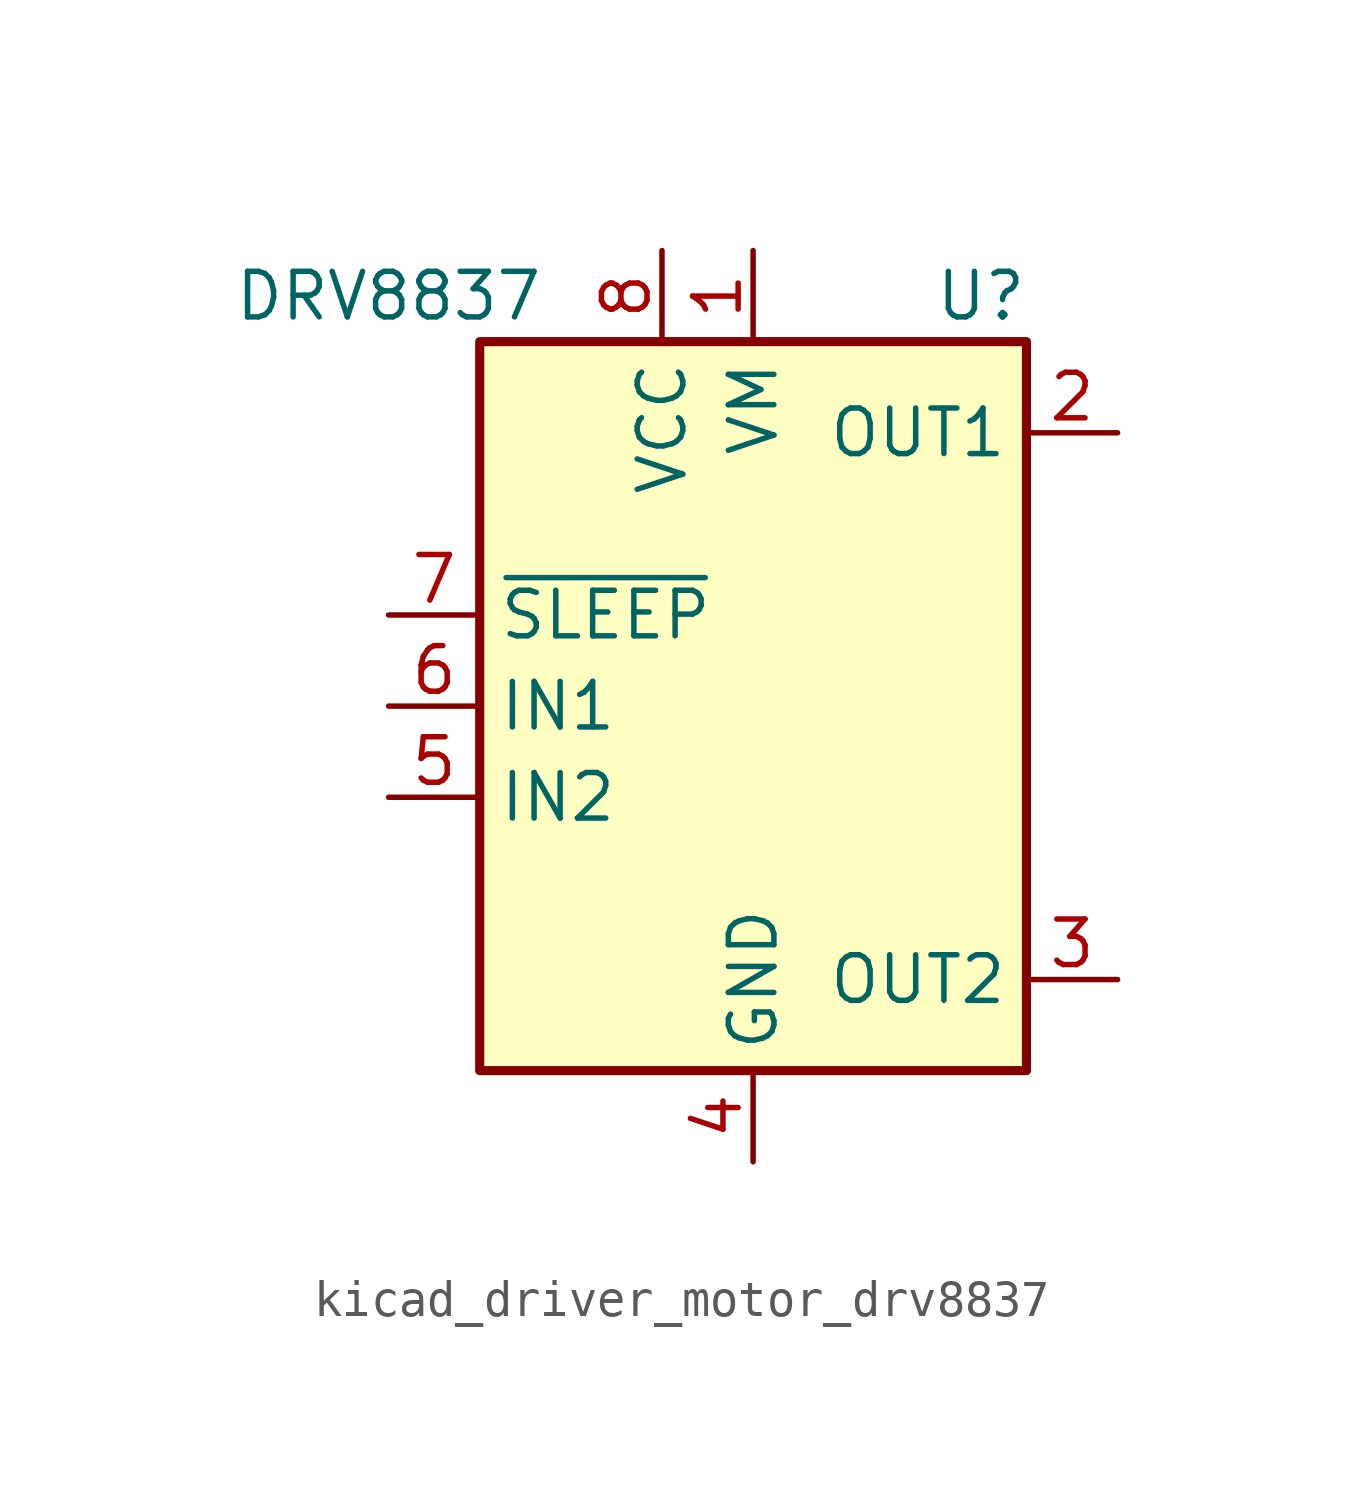
<source format=kicad_sym>
(kicad_symbol_lib
  (version 20220914)
  (generator kicad_symbol_editor)
  (symbol "kicad_driver_motor_drv8837"
    (property "Reference" "U"
      (at 6.35 11.43 0)
      (effects (font (size 1.27 1.27))))
    (property "Value" "DRV8837"
      (at -10.16 11.43 0)
      (effects (font (size 1.27 1.27))))
    (symbol "kicad_driver_motor_drv8837_0_1"
      (rectangle (start -7.62 10.16) (end 7.62 -10.16) (stroke (width 0.254) (type default)) (fill (type background))))
    (symbol "kicad_driver_motor_drv8837_1_1"
      (pin power_in line (at 0 12.7 270) (length 2.54) (name "VM" (effects (font (size 1.27 1.27)))) (number "1" (effects (font (size 1.27 1.27)))))
      (pin output line (at 10.16 7.62 180) (length 2.54) (name "OUT1" (effects (font (size 1.27 1.27)))) (number "2" (effects (font (size 1.27 1.27)))))
      (pin output line (at 10.16 -7.62 180) (length 2.54) (name "OUT2" (effects (font (size 1.27 1.27)))) (number "3" (effects (font (size 1.27 1.27)))))
      (pin power_in line (at 0 -12.7 90) (length 2.54) (name "GND" (effects (font (size 1.27 1.27)))) (number "4" (effects (font (size 1.27 1.27)))))
      (pin input line (at -10.16 -2.54 0) (length 2.54) (name "IN2" (effects (font (size 1.27 1.27)))) (number "5" (effects (font (size 1.27 1.27)))))
      (pin input line (at -10.16 0 0) (length 2.54) (name "IN1" (effects (font (size 1.27 1.27)))) (number "6" (effects (font (size 1.27 1.27)))))
      (pin input line (at -10.16 2.54 0) (length 2.54) (name "~{SLEEP}" (effects (font (size 1.27 1.27)))) (number "7" (effects (font (size 1.27 1.27)))))
      (pin power_in line (at -2.54 12.7 270) (length 2.54) (name "VCC" (effects (font (size 1.27 1.27)))) (number "8" (effects (font (size 1.27 1.27)))))
      (pin passive line (at 0 -12.7 90) (length 2.54) hide (name "GND" (effects (font (size 1.27 1.27)))) (number "9" (effects (font (size 1.27 1.27))))))))
</source>
